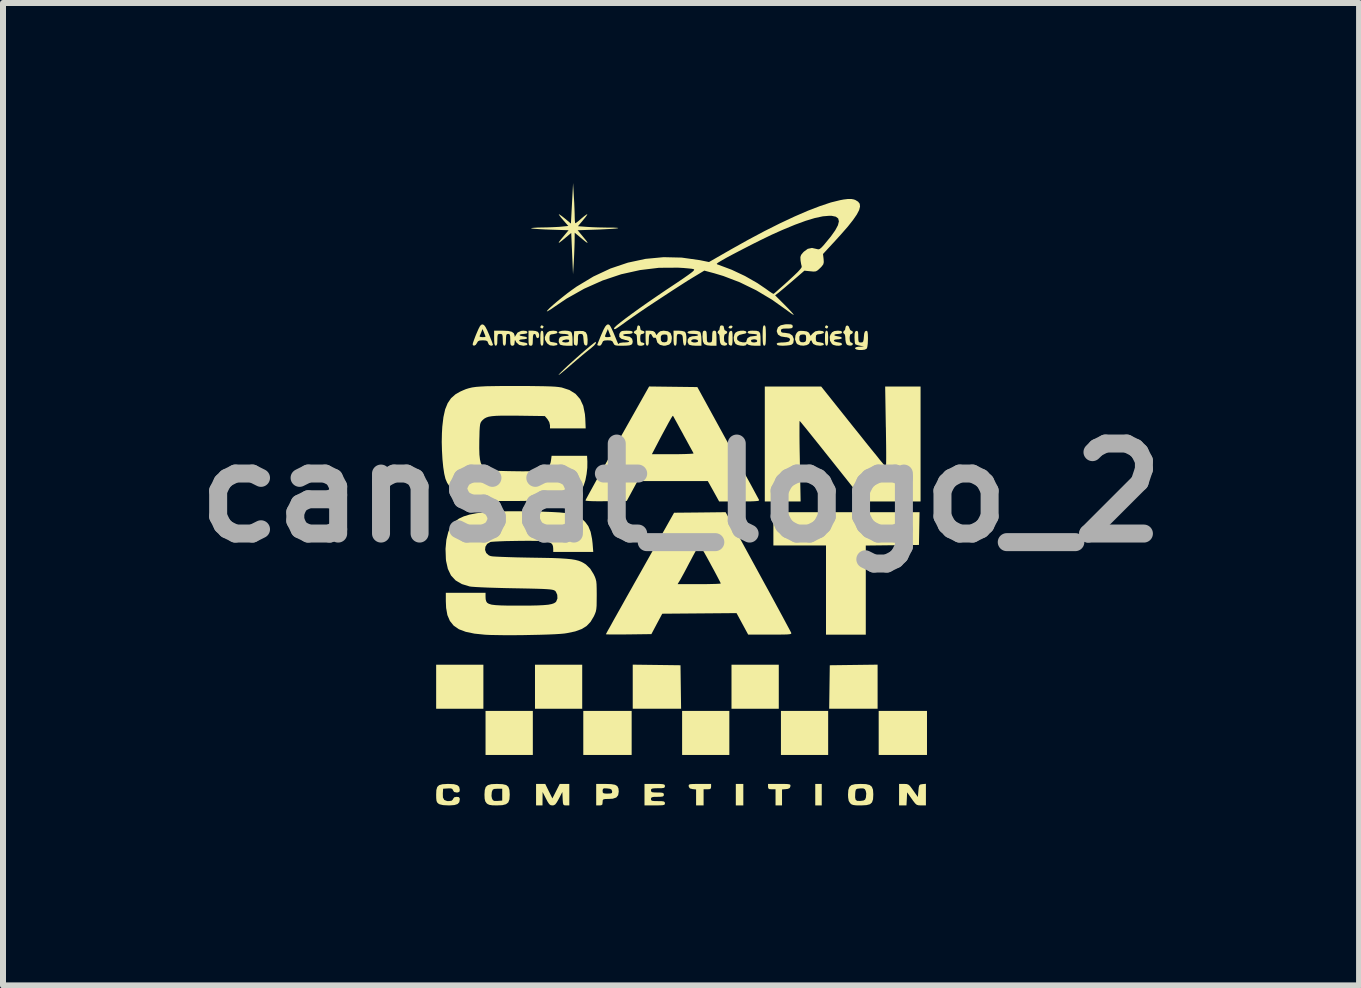
<source format=kicad_pcb>
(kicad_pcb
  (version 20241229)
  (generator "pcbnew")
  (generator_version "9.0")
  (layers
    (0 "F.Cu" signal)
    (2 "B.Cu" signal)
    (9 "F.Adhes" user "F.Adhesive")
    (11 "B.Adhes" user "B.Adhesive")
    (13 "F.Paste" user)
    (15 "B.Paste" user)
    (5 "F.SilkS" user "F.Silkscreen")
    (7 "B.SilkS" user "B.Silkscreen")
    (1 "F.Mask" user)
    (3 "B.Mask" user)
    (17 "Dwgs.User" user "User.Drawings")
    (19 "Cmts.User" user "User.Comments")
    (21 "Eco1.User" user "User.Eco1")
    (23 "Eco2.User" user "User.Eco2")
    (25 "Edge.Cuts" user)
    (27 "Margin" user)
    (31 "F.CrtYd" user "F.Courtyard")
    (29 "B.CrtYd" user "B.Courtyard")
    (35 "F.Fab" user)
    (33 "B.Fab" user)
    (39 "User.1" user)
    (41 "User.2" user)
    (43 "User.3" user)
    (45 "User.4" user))
  (footprint "cansat_logo_2"
    (layer "F.Cu")
    (at 8.3 5.164)
    (property "Reference" "cansat_logo_2" (at 0 0 0) (layer "F.Fab") (effects (font (size 1.5 1.5) (thickness 0.3))))
    (attr board_only exclude_from_pos_files exclude_from_bom)
    (fp_poly (pts (xy -3.294 3.231) (xy -3.294 3.598) (xy -3.687 3.598) (xy -4.081 3.598) (xy -4.081 3.231) (xy -4.081 2.864) (xy -3.687 2.864) (xy -3.294 2.864)) (stroke (width 0) (type solid)) (fill yes) (layer "F.SilkS"))
    (fp_poly (pts (xy -2.47 4.001) (xy -2.47 4.368) (xy -2.864 4.368) (xy -3.258 4.368) (xy -3.258 4.001) (xy -3.258 3.634) (xy -2.864 3.634) (xy -2.47 3.634)) (stroke (width 0) (type solid)) (fill yes) (layer "F.SilkS"))
    (fp_poly (pts (xy -2.294 -2.778) (xy -2.291 -2.766) (xy -2.306 -2.742) (xy -2.318 -2.739) (xy -2.342 -2.753) (xy -2.345 -2.766) (xy -2.331 -2.789) (xy -2.318 -2.792)) (stroke (width 0) (type solid)) (fill yes) (layer "F.SilkS"))
    (fp_poly (pts (xy -1.647 3.231) (xy -1.647 3.598) (xy -2.041 3.598) (xy -2.434 3.598) (xy -2.434 3.231) (xy -2.434 2.864) (xy -2.041 2.864) (xy -1.647 2.864)) (stroke (width 0) (type solid)) (fill yes) (layer "F.SilkS"))
    (fp_poly (pts (xy -0.823 4.001) (xy -0.823 4.368) (xy -1.226 4.368) (xy -1.629 4.368) (xy -1.629 4.001) (xy -1.629 3.634) (xy -1.226 3.634) (xy -0.823 3.634)) (stroke (width 0) (type solid)) (fill yes) (layer "F.SilkS"))
    (fp_poly (pts (xy -0.407 2.868) (xy -0.009 2.873) (xy -0.004 3.235) (xy 0.001 3.598) (xy -0.402 3.598) (xy -0.805 3.598) (xy -0.805 3.231) (xy -0.805 2.863)) (stroke (width 0) (type solid)) (fill yes) (layer "F.SilkS"))
    (fp_poly (pts (xy 0.805 4.001) (xy 0.805 4.368) (xy 0.412 4.368) (xy 0.018 4.368) (xy 0.018 4.001) (xy 0.018 3.634) (xy 0.412 3.634) (xy 0.805 3.634)) (stroke (width 0) (type solid)) (fill yes) (layer "F.SilkS"))
    (fp_poly (pts (xy 0.857 -2.776) (xy 0.859 -2.767) (xy 0.844 -2.744) (xy 0.822 -2.739) (xy 0.795 -2.747) (xy 0.792 -2.761) (xy 0.811 -2.783) (xy 0.838 -2.789)) (stroke (width 0) (type solid)) (fill yes) (layer "F.SilkS"))
    (fp_poly (pts (xy 1.038 5.03) (xy 1.038 5.209) (xy 0.976 5.209) (xy 0.913 5.209) (xy 0.913 5.03) (xy 0.913 4.851) (xy 0.976 4.851) (xy 1.038 4.851)) (stroke (width 0) (type solid)) (fill yes) (layer "F.SilkS"))
    (fp_poly (pts (xy 1.629 3.231) (xy 1.629 3.598) (xy 1.235 3.598) (xy 0.841 3.598) (xy 0.841 3.231) (xy 0.841 2.864) (xy 1.235 2.864) (xy 1.629 2.864)) (stroke (width 0) (type solid)) (fill yes) (layer "F.SilkS"))
    (fp_poly (pts (xy 2.345 5.03) (xy 2.345 5.209) (xy 2.291 5.209) (xy 2.237 5.209) (xy 2.237 5.03) (xy 2.237 4.851) (xy 2.291 4.851) (xy 2.345 4.851)) (stroke (width 0) (type solid)) (fill yes) (layer "F.SilkS"))
    (fp_poly (pts (xy 2.449 -2.778) (xy 2.452 -2.766) (xy 2.438 -2.742) (xy 2.425 -2.739) (xy 2.402 -2.753) (xy 2.399 -2.766) (xy 2.413 -2.789) (xy 2.425 -2.792)) (stroke (width 0) (type solid)) (fill yes) (layer "F.SilkS"))
    (fp_poly (pts (xy 2.452 4.001) (xy 2.452 4.368) (xy 2.058 4.368) (xy 1.665 4.368) (xy 1.665 4.001) (xy 1.665 3.634) (xy 2.058 3.634) (xy 2.452 3.634)) (stroke (width 0) (type solid)) (fill yes) (layer "F.SilkS"))
    (fp_poly (pts (xy 3.276 3.231) (xy 3.276 3.598) (xy 2.873 3.598) (xy 2.469 3.598) (xy 2.474 3.235) (xy 2.479 2.873) (xy 2.877 2.868) (xy 3.276 2.863)) (stroke (width 0) (type solid)) (fill yes) (layer "F.SilkS"))
    (fp_poly (pts (xy 4.099 4.001) (xy 4.099 4.368) (xy 3.696 4.368) (xy 3.294 4.368) (xy 3.294 4.001) (xy 3.294 3.634) (xy 3.696 3.634) (xy 4.099 3.634)) (stroke (width 0) (type solid)) (fill yes) (layer "F.SilkS"))
    (fp_poly (pts (xy -2.303 -2.696) (xy -2.295 -2.669) (xy -2.292 -2.617) (xy -2.291 -2.578) (xy -2.293 -2.51) (xy -2.298 -2.471) (xy -2.31 -2.454) (xy -2.318 -2.452) (xy -2.333 -2.46) (xy -2.341 -2.486) (xy -2.344 -2.538) (xy -2.345 -2.578) (xy -2.343 -2.646) (xy -2.338 -2.685) (xy -2.326 -2.701) (xy -2.318 -2.703)) (stroke (width 0) (type solid)) (fill yes) (layer "F.SilkS"))
    (fp_poly (pts (xy 2.44 -2.696) (xy 2.448 -2.669) (xy 2.452 -2.617) (xy 2.452 -2.578) (xy 2.451 -2.51) (xy 2.445 -2.471) (xy 2.434 -2.454) (xy 2.425 -2.452) (xy 2.411 -2.46) (xy 2.403 -2.486) (xy 2.399 -2.538) (xy 2.399 -2.578) (xy 2.4 -2.646) (xy 2.406 -2.685) (xy 2.417 -2.701) (xy 2.425 -2.703)) (stroke (width 0) (type solid)) (fill yes) (layer "F.SilkS"))
    (fp_poly (pts (xy 3.97 0.595) (xy 3.965 0.868) (xy 3.522 0.873) (xy 3.079 0.878) (xy 3.079 1.62) (xy 3.079 2.363) (xy 2.748 2.363) (xy 2.416 2.363) (xy 2.416 1.62) (xy 2.416 0.877) (xy 1.978 0.877) (xy 1.539 0.877) (xy 1.539 0.6) (xy 1.539 0.322) (xy 2.757 0.322) (xy 3.975 0.322)) (stroke (width 0) (type solid)) (fill yes) (layer "F.SilkS"))
    (fp_poly (pts (xy 0.844 -2.699) (xy 0.854 -2.683) (xy 0.858 -2.646) (xy 0.859 -2.58) (xy 0.859 -2.579) (xy 0.858 -2.511) (xy 0.852 -2.472) (xy 0.841 -2.455) (xy 0.832 -2.452) (xy 0.802 -2.466) (xy 0.795 -2.477) (xy 0.791 -2.508) (xy 0.79 -2.56) (xy 0.791 -2.597) (xy 0.797 -2.657) (xy 0.809 -2.688) (xy 0.828 -2.7)) (stroke (width 0) (type solid)) (fill yes) (layer "F.SilkS"))
    (fp_poly (pts (xy 1.4 -2.786) (xy 1.408 -2.764) (xy 1.412 -2.72) (xy 1.414 -2.647) (xy 1.414 -2.622) (xy 1.413 -2.541) (xy 1.41 -2.49) (xy 1.403 -2.462) (xy 1.391 -2.453) (xy 1.387 -2.452) (xy 1.374 -2.458) (xy 1.366 -2.481) (xy 1.362 -2.525) (xy 1.36 -2.598) (xy 1.36 -2.622) (xy 1.361 -2.703) (xy 1.365 -2.755) (xy 1.372 -2.782) (xy 1.383 -2.792) (xy 1.387 -2.792)) (stroke (width 0) (type solid)) (fill yes) (layer "F.SilkS"))
    (fp_poly (pts (xy 0.501 4.896) (xy 0.497 4.926) (xy 0.475 4.938) (xy 0.439 4.94) (xy 0.376 4.94) (xy 0.376 5.075) (xy 0.376 5.209) (xy 0.313 5.209) (xy 0.251 5.209) (xy 0.251 5.076) (xy 0.251 4.943) (xy 0.192 4.937) (xy 0.149 4.926) (xy 0.13 4.901) (xy 0.129 4.891) (xy 0.127 4.873) (xy 0.134 4.862) (xy 0.155 4.855) (xy 0.196 4.852) (xy 0.263 4.851) (xy 0.312 4.851) (xy 0.501 4.851)) (stroke (width 0) (type solid)) (fill yes) (layer "F.SilkS"))
    (fp_poly (pts (xy 1.723 4.851) (xy 1.777 4.853) (xy 1.808 4.858) (xy 1.822 4.866) (xy 1.824 4.881) (xy 1.823 4.891) (xy 1.811 4.919) (xy 1.781 4.933) (xy 1.75 4.937) (xy 1.683 4.943) (xy 1.683 5.076) (xy 1.683 5.209) (xy 1.629 5.209) (xy 1.575 5.209) (xy 1.575 5.075) (xy 1.575 4.94) (xy 1.513 4.94) (xy 1.47 4.937) (xy 1.453 4.922) (xy 1.45 4.896) (xy 1.45 4.851) (xy 1.639 4.851)) (stroke (width 0) (type solid)) (fill yes) (layer "F.SilkS"))
    (fp_poly (pts (xy -2.424 -2.698) (xy -2.388 -2.684) (xy -2.384 -2.681) (xy -2.366 -2.649) (xy -2.364 -2.611) (xy -2.375 -2.583) (xy -2.39 -2.578) (xy -2.412 -2.593) (xy -2.416 -2.613) (xy -2.428 -2.643) (xy -2.443 -2.649) (xy -2.46 -2.64) (xy -2.468 -2.609) (xy -2.47 -2.551) (xy -2.472 -2.494) (xy -2.478 -2.464) (xy -2.493 -2.453) (xy -2.506 -2.452) (xy -2.525 -2.456) (xy -2.536 -2.471) (xy -2.541 -2.506) (xy -2.542 -2.568) (xy -2.542 -2.578) (xy -2.542 -2.703) (xy -2.474 -2.703)) (stroke (width 0) (type solid)) (fill yes) (layer "F.SilkS"))
    (fp_poly (pts (xy -1.42 -2.494) (xy -1.45 -2.455) (xy -1.51 -2.403) (xy -1.527 -2.39) (xy -1.577 -2.35) (xy -1.645 -2.294) (xy -1.722 -2.229) (xy -1.8 -2.162) (xy -1.806 -2.157) (xy -1.899 -2.076) (xy -1.97 -2.017) (xy -2.017 -1.979) (xy -2.041 -1.964) (xy -2.039 -1.97) (xy -2.012 -2) (xy -1.958 -2.053) (xy -1.951 -2.06) (xy -1.89 -2.118) (xy -1.818 -2.183) (xy -1.741 -2.252) (xy -1.663 -2.321) (xy -1.589 -2.385) (xy -1.522 -2.441) (xy -1.469 -2.484) (xy -1.433 -2.511) (xy -1.42 -2.518)) (stroke (width 0) (type solid)) (fill yes) (layer "F.SilkS"))
    (fp_poly (pts (xy -2.077 -2.697) (xy -2.059 -2.68) (xy -2.058 -2.677) (xy -2.076 -2.657) (xy -2.125 -2.646) (xy -2.126 -2.646) (xy -2.17 -2.64) (xy -2.188 -2.624) (xy -2.193 -2.587) (xy -2.193 -2.578) (xy -2.19 -2.536) (xy -2.175 -2.517) (xy -2.136 -2.51) (xy -2.126 -2.509) (xy -2.074 -2.498) (xy -2.056 -2.48) (xy -2.069 -2.462) (xy -2.115 -2.453) (xy -2.129 -2.452) (xy -2.185 -2.459) (xy -2.224 -2.485) (xy -2.236 -2.499) (xy -2.267 -2.55) (xy -2.27 -2.595) (xy -2.253 -2.637) (xy -2.225 -2.677) (xy -2.189 -2.697) (xy -2.132 -2.703) (xy -2.126 -2.703)) (stroke (width 0) (type solid)) (fill yes) (layer "F.SilkS"))
    (fp_poly (pts (xy 4.081 5.029) (xy 4.081 5.209) (xy 4.001 5.209) (xy 3.959 5.207) (xy 3.929 5.199) (xy 3.902 5.176) (xy 3.869 5.134) (xy 3.845 5.1) (xy 3.768 4.991) (xy 3.763 5.1) (xy 3.757 5.209) (xy 3.695 5.209) (xy 3.634 5.209) (xy 3.634 5.03) (xy 3.634 4.851) (xy 3.714 4.851) (xy 3.756 4.852) (xy 3.786 4.861) (xy 3.813 4.883) (xy 3.846 4.926) (xy 3.87 4.96) (xy 3.947 5.069) (xy 3.956 4.964) (xy 3.962 4.906) (xy 3.971 4.874) (xy 3.988 4.86) (xy 4.018 4.855) (xy 4.023 4.854) (xy 4.081 4.849)) (stroke (width 0) (type solid)) (fill yes) (layer "F.SilkS"))
    (fp_poly (pts (xy -1.63 -2.697) (xy -1.587 -2.676) (xy -1.565 -2.632) (xy -1.557 -2.559) (xy -1.557 -2.548) (xy -1.559 -2.491) (xy -1.565 -2.463) (xy -1.579 -2.455) (xy -1.589 -2.456) (xy -1.609 -2.468) (xy -1.62 -2.501) (xy -1.625 -2.555) (xy -1.63 -2.61) (xy -1.639 -2.638) (xy -1.657 -2.648) (xy -1.675 -2.649) (xy -1.7 -2.647) (xy -1.713 -2.633) (xy -1.718 -2.599) (xy -1.718 -2.551) (xy -1.721 -2.492) (xy -1.729 -2.461) (xy -1.745 -2.452) (xy -1.746 -2.452) (xy -1.776 -2.466) (xy -1.783 -2.477) (xy -1.787 -2.508) (xy -1.788 -2.56) (xy -1.787 -2.598) (xy -1.781 -2.694) (xy -1.698 -2.699)) (stroke (width 0) (type solid)) (fill yes) (layer "F.SilkS"))
    (fp_poly (pts (xy 0.016 -2.699) (xy 0.057 -2.688) (xy 0.068 -2.681) (xy 0.082 -2.652) (xy 0.089 -2.604) (xy 0.09 -2.549) (xy 0.085 -2.498) (xy 0.075 -2.462) (xy 0.064 -2.452) (xy 0.046 -2.464) (xy 0.036 -2.504) (xy 0.032 -2.546) (xy 0.028 -2.601) (xy 0.018 -2.63) (xy -0.001 -2.642) (xy -0.022 -2.646) (xy -0.05 -2.647) (xy -0.065 -2.638) (xy -0.071 -2.61) (xy -0.072 -2.554) (xy -0.072 -2.552) (xy -0.074 -2.492) (xy -0.082 -2.461) (xy -0.098 -2.452) (xy -0.098 -2.452) (xy -0.113 -2.46) (xy -0.121 -2.486) (xy -0.125 -2.538) (xy -0.125 -2.578) (xy -0.125 -2.703) (xy -0.039 -2.703)) (stroke (width 0) (type solid)) (fill yes) (layer "F.SilkS"))
    (fp_poly (pts (xy -2.204 4.972) (xy -2.144 5.092) (xy -2.083 4.972) (xy -2.022 4.851) (xy -1.942 4.851) (xy -1.862 4.851) (xy -1.862 5.03) (xy -1.862 5.209) (xy -1.914 5.209) (xy -1.943 5.207) (xy -1.96 5.197) (xy -1.968 5.17) (xy -1.972 5.118) (xy -1.973 5.097) (xy -1.978 4.985) (xy -2.036 5.097) (xy -2.07 5.157) (xy -2.095 5.191) (xy -2.12 5.206) (xy -2.144 5.209) (xy -2.173 5.205) (xy -2.197 5.187) (xy -2.222 5.15) (xy -2.25 5.097) (xy -2.307 4.985) (xy -2.308 5.097) (xy -2.309 5.209) (xy -2.363 5.209) (xy -2.416 5.209) (xy -2.416 5.03) (xy -2.416 4.851) (xy -2.34 4.851) (xy -2.263 4.851)) (stroke (width 0) (type solid)) (fill yes) (layer "F.SilkS"))
    (fp_poly (pts (xy 0.574 -2.7) (xy 0.584 -2.684) (xy 0.589 -2.65) (xy 0.591 -2.588) (xy 0.591 -2.578) (xy 0.591 -2.452) (xy 0.502 -2.452) (xy 0.432 -2.459) (xy 0.388 -2.479) (xy 0.386 -2.48) (xy 0.365 -2.524) (xy 0.358 -2.6) (xy 0.358 -2.606) (xy 0.36 -2.662) (xy 0.366 -2.691) (xy 0.382 -2.702) (xy 0.394 -2.703) (xy 0.414 -2.699) (xy 0.425 -2.68) (xy 0.429 -2.639) (xy 0.43 -2.604) (xy 0.431 -2.548) (xy 0.437 -2.519) (xy 0.452 -2.508) (xy 0.474 -2.506) (xy 0.5 -2.509) (xy 0.513 -2.522) (xy 0.518 -2.555) (xy 0.519 -2.604) (xy 0.521 -2.661) (xy 0.527 -2.691) (xy 0.542 -2.702) (xy 0.555 -2.703)) (stroke (width 0) (type solid)) (fill yes) (layer "F.SilkS"))
    (fp_poly (pts (xy -0.685 -2.777) (xy -0.68 -2.748) (xy -0.672 -2.713) (xy -0.644 -2.703) (xy -0.615 -2.692) (xy -0.609 -2.676) (xy -0.624 -2.654) (xy -0.644 -2.649) (xy -0.668 -2.643) (xy -0.678 -2.619) (xy -0.68 -2.578) (xy -0.677 -2.531) (xy -0.665 -2.51) (xy -0.644 -2.506) (xy -0.615 -2.495) (xy -0.609 -2.479) (xy -0.624 -2.461) (xy -0.658 -2.452) (xy -0.697 -2.453) (xy -0.722 -2.464) (xy -0.729 -2.488) (xy -0.733 -2.534) (xy -0.734 -2.563) (xy -0.737 -2.618) (xy -0.748 -2.644) (xy -0.761 -2.649) (xy -0.784 -2.664) (xy -0.788 -2.676) (xy -0.773 -2.7) (xy -0.761 -2.703) (xy -0.739 -2.718) (xy -0.734 -2.748) (xy -0.725 -2.784) (xy -0.707 -2.792)) (stroke (width 0) (type solid)) (fill yes) (layer "F.SilkS"))
    (fp_poly (pts (xy 0.708 -2.782) (xy 0.716 -2.748) (xy 0.725 -2.712) (xy 0.743 -2.703) (xy 0.767 -2.689) (xy 0.77 -2.676) (xy 0.755 -2.652) (xy 0.743 -2.649) (xy 0.724 -2.637) (xy 0.716 -2.598) (xy 0.716 -2.578) (xy 0.72 -2.528) (xy 0.735 -2.507) (xy 0.743 -2.506) (xy 0.767 -2.492) (xy 0.77 -2.479) (xy 0.755 -2.459) (xy 0.722 -2.453) (xy 0.685 -2.461) (xy 0.666 -2.474) (xy 0.652 -2.504) (xy 0.645 -2.554) (xy 0.644 -2.572) (xy 0.641 -2.619) (xy 0.631 -2.646) (xy 0.626 -2.649) (xy 0.611 -2.664) (xy 0.609 -2.676) (xy 0.618 -2.7) (xy 0.626 -2.703) (xy 0.64 -2.718) (xy 0.644 -2.748) (xy 0.653 -2.783) (xy 0.68 -2.792)) (stroke (width 0) (type solid)) (fill yes) (layer "F.SilkS"))
    (fp_poly (pts (xy 2.795 -2.774) (xy 2.807 -2.743) (xy 2.821 -2.712) (xy 2.838 -2.703) (xy 2.861 -2.689) (xy 2.864 -2.676) (xy 2.85 -2.652) (xy 2.837 -2.649) (xy 2.818 -2.637) (xy 2.811 -2.598) (xy 2.81 -2.578) (xy 2.815 -2.528) (xy 2.829 -2.507) (xy 2.837 -2.506) (xy 2.861 -2.492) (xy 2.864 -2.479) (xy 2.85 -2.459) (xy 2.817 -2.453) (xy 2.779 -2.461) (xy 2.76 -2.474) (xy 2.747 -2.504) (xy 2.739 -2.554) (xy 2.739 -2.572) (xy 2.735 -2.619) (xy 2.726 -2.646) (xy 2.721 -2.649) (xy 2.705 -2.664) (xy 2.703 -2.676) (xy 2.713 -2.7) (xy 2.721 -2.703) (xy 2.734 -2.718) (xy 2.739 -2.749) (xy 2.749 -2.782) (xy 2.772 -2.79)) (stroke (width 0) (type solid)) (fill yes) (layer "F.SilkS"))
    (fp_poly (pts (xy 2.666 -2.698) (xy 2.684 -2.682) (xy 2.685 -2.676) (xy 2.671 -2.656) (xy 2.627 -2.649) (xy 2.623 -2.649) (xy 2.574 -2.644) (xy 2.553 -2.633) (xy 2.562 -2.62) (xy 2.604 -2.61) (xy 2.607 -2.61) (xy 2.659 -2.6) (xy 2.681 -2.584) (xy 2.671 -2.569) (xy 2.63 -2.56) (xy 2.613 -2.56) (xy 2.563 -2.554) (xy 2.545 -2.54) (xy 2.559 -2.523) (xy 2.603 -2.511) (xy 2.619 -2.509) (xy 2.668 -2.499) (xy 2.685 -2.478) (xy 2.67 -2.46) (xy 2.633 -2.452) (xy 2.586 -2.454) (xy 2.541 -2.465) (xy 2.516 -2.48) (xy 2.483 -2.536) (xy 2.478 -2.599) (xy 2.489 -2.634) (xy 2.517 -2.676) (xy 2.553 -2.696) (xy 2.608 -2.703) (xy 2.618 -2.703)) (stroke (width 0) (type solid)) (fill yes) (layer "F.SilkS"))
    (fp_poly (pts (xy -1.163 4.854) (xy -1.1 4.865) (xy -1.062 4.888) (xy -1.043 4.926) (xy -1.038 4.979) (xy -1.048 5.039) (xy -1.079 5.077) (xy -1.137 5.097) (xy -1.205 5.101) (xy -1.263 5.102) (xy -1.293 5.108) (xy -1.305 5.123) (xy -1.307 5.151) (xy -1.307 5.155) (xy -1.311 5.193) (xy -1.332 5.207) (xy -1.36 5.209) (xy -1.414 5.209) (xy -1.414 5.03) (xy -1.414 4.966) (xy -1.307 4.966) (xy -1.304 4.994) (xy -1.288 5.008) (xy -1.25 5.012) (xy -1.225 5.012) (xy -1.175 5.01) (xy -1.152 5.002) (xy -1.148 4.983) (xy -1.149 4.972) (xy -1.159 4.945) (xy -1.185 4.932) (xy -1.231 4.926) (xy -1.278 4.924) (xy -1.3 4.932) (xy -1.306 4.954) (xy -1.307 4.966) (xy -1.414 4.966) (xy -1.414 4.851) (xy -1.256 4.851)) (stroke (width 0) (type solid)) (fill yes) (layer "F.SilkS"))
    (fp_poly (pts (xy -2.974 4.855) (xy -2.914 4.869) (xy -2.878 4.899) (xy -2.86 4.95) (xy -2.855 5.027) (xy -2.855 5.033) (xy -2.86 5.108) (xy -2.879 5.159) (xy -2.917 5.189) (xy -2.979 5.205) (xy -3.071 5.209) (xy -3.072 5.209) (xy -3.145 5.207) (xy -3.193 5.2) (xy -3.224 5.186) (xy -3.24 5.173) (xy -3.262 5.142) (xy -3.273 5.097) (xy -3.275 5.051) (xy -3.159 5.051) (xy -3.151 5.092) (xy -3.135 5.122) (xy -3.111 5.134) (xy -3.065 5.134) (xy -3.056 5.134) (xy -2.98 5.128) (xy -2.98 5.03) (xy -2.98 4.931) (xy -3.06 4.931) (xy -3.11 4.934) (xy -3.136 4.945) (xy -3.149 4.972) (xy -3.154 4.988) (xy -3.159 5.051) (xy -3.275 5.051) (xy -3.276 5.03) (xy -3.271 4.953) (xy -3.255 4.902) (xy -3.22 4.871) (xy -3.162 4.855) (xy -3.075 4.851) (xy -3.064 4.851)) (stroke (width 0) (type solid)) (fill yes) (layer "F.SilkS"))
    (fp_poly (pts (xy 0.266 -2.7) (xy 0.306 -2.689) (xy 0.319 -2.681) (xy 0.33 -2.653) (xy 0.338 -2.601) (xy 0.34 -2.556) (xy 0.34 -2.452) (xy 0.245 -2.452) (xy 0.187 -2.456) (xy 0.143 -2.466) (xy 0.129 -2.474) (xy 0.109 -2.514) (xy 0.11 -2.521) (xy 0.171 -2.521) (xy 0.203 -2.508) (xy 0.236 -2.506) (xy 0.276 -2.514) (xy 0.286 -2.533) (xy 0.271 -2.551) (xy 0.237 -2.56) (xy 0.199 -2.559) (xy 0.173 -2.546) (xy 0.172 -2.544) (xy 0.171 -2.521) (xy 0.11 -2.521) (xy 0.113 -2.56) (xy 0.139 -2.593) (xy 0.142 -2.595) (xy 0.185 -2.609) (xy 0.232 -2.613) (xy 0.27 -2.618) (xy 0.286 -2.631) (xy 0.286 -2.631) (xy 0.27 -2.642) (xy 0.229 -2.648) (xy 0.197 -2.649) (xy 0.141 -2.652) (xy 0.113 -2.662) (xy 0.107 -2.676) (xy 0.123 -2.691) (xy 0.163 -2.701) (xy 0.214 -2.704)) (stroke (width 0) (type solid)) (fill yes) (layer "F.SilkS"))
    (fp_poly (pts (xy -1.882 -2.7) (xy -1.842 -2.689) (xy -1.829 -2.681) (xy -1.818 -2.653) (xy -1.81 -2.601) (xy -1.808 -2.556) (xy -1.808 -2.452) (xy -1.903 -2.452) (xy -1.961 -2.456) (xy -2.005 -2.466) (xy -2.019 -2.474) (xy -2.038 -2.515) (xy -2.038 -2.528) (xy -1.983 -2.528) (xy -1.971 -2.513) (xy -1.927 -2.506) (xy -1.926 -2.506) (xy -1.88 -2.511) (xy -1.862 -2.528) (xy -1.862 -2.534) (xy -1.872 -2.553) (xy -1.908 -2.557) (xy -1.918 -2.556) (xy -1.965 -2.545) (xy -1.983 -2.528) (xy -2.038 -2.528) (xy -2.035 -2.563) (xy -2.019 -2.592) (xy -1.988 -2.606) (xy -1.939 -2.613) (xy -1.929 -2.613) (xy -1.885 -2.617) (xy -1.869 -2.628) (xy -1.871 -2.631) (xy -1.894 -2.642) (xy -1.939 -2.649) (xy -1.961 -2.649) (xy -2.014 -2.653) (xy -2.038 -2.665) (xy -2.041 -2.676) (xy -2.025 -2.691) (xy -1.985 -2.701) (xy -1.934 -2.704)) (stroke (width 0) (type solid)) (fill yes) (layer "F.SilkS"))
    (fp_poly (pts (xy 3.099 -2.699) (xy 3.108 -2.684) (xy 3.113 -2.649) (xy 3.115 -2.587) (xy 3.115 -2.565) (xy 3.112 -2.485) (xy 3.104 -2.429) (xy 3.093 -2.402) (xy 3.062 -2.387) (xy 3.016 -2.381) (xy 2.965 -2.381) (xy 2.923 -2.389) (xy 2.901 -2.403) (xy 2.9 -2.408) (xy 2.912 -2.426) (xy 2.952 -2.435) (xy 2.976 -2.436) (xy 3.052 -2.439) (xy 2.985 -2.452) (xy 2.938 -2.463) (xy 2.907 -2.475) (xy 2.904 -2.477) (xy 2.897 -2.501) (xy 2.893 -2.549) (xy 2.891 -2.592) (xy 2.893 -2.652) (xy 2.901 -2.684) (xy 2.917 -2.698) (xy 2.922 -2.699) (xy 2.94 -2.698) (xy 2.95 -2.68) (xy 2.953 -2.637) (xy 2.953 -2.606) (xy 2.955 -2.549) (xy 2.961 -2.519) (xy 2.975 -2.508) (xy 2.997 -2.506) (xy 3.023 -2.509) (xy 3.037 -2.525) (xy 3.044 -2.562) (xy 3.047 -2.6) (xy 3.053 -2.658) (xy 3.065 -2.689) (xy 3.083 -2.7)) (stroke (width 0) (type solid)) (fill yes) (layer "F.SilkS"))
    (fp_poly (pts (xy -3.786 4.855) (xy -3.729 4.871) (xy -3.698 4.899) (xy -3.688 4.944) (xy -3.687 4.951) (xy -3.694 4.982) (xy -3.72 4.993) (xy -3.739 4.994) (xy -3.782 4.985) (xy -3.8 4.957) (xy -3.812 4.934) (xy -3.838 4.925) (xy -3.887 4.926) (xy -3.965 4.931) (xy -3.97 5.009) (xy -3.968 5.077) (xy -3.945 5.118) (xy -3.899 5.136) (xy -3.871 5.137) (xy -3.825 5.131) (xy -3.803 5.111) (xy -3.8 5.101) (xy -3.779 5.073) (xy -3.739 5.066) (xy -3.702 5.071) (xy -3.688 5.093) (xy -3.687 5.109) (xy -3.696 5.156) (xy -3.724 5.186) (xy -3.777 5.203) (xy -3.86 5.209) (xy -3.873 5.209) (xy -3.965 5.204) (xy -4.025 5.19) (xy -4.041 5.181) (xy -4.063 5.161) (xy -4.075 5.134) (xy -4.08 5.088) (xy -4.081 5.03) (xy -4.078 4.953) (xy -4.063 4.902) (xy -4.031 4.871) (xy -3.976 4.856) (xy -3.893 4.851) (xy -3.873 4.851)) (stroke (width 0) (type solid)) (fill yes) (layer "F.SilkS"))
    (fp_poly (pts (xy -0.36 4.851) (xy -0.31 4.854) (xy -0.282 4.86) (xy -0.271 4.871) (xy -0.268 4.887) (xy -0.272 4.906) (xy -0.288 4.917) (xy -0.325 4.922) (xy -0.385 4.922) (xy -0.448 4.924) (xy -0.483 4.929) (xy -0.498 4.94) (xy -0.501 4.958) (xy -0.497 4.978) (xy -0.48 4.989) (xy -0.441 4.993) (xy -0.394 4.994) (xy -0.334 4.995) (xy -0.301 5.001) (xy -0.288 5.014) (xy -0.286 5.03) (xy -0.29 5.05) (xy -0.308 5.061) (xy -0.346 5.065) (xy -0.394 5.066) (xy -0.454 5.067) (xy -0.486 5.073) (xy -0.499 5.086) (xy -0.501 5.101) (xy -0.498 5.121) (xy -0.481 5.132) (xy -0.445 5.136) (xy -0.385 5.137) (xy -0.322 5.138) (xy -0.287 5.143) (xy -0.272 5.155) (xy -0.268 5.173) (xy -0.271 5.19) (xy -0.283 5.2) (xy -0.312 5.206) (xy -0.363 5.208) (xy -0.439 5.209) (xy -0.609 5.209) (xy -0.609 5.03) (xy -0.609 4.851) (xy -0.439 4.851)) (stroke (width 0) (type solid)) (fill yes) (layer "F.SilkS"))
    (fp_poly (pts (xy 1.829 -2.808) (xy 1.854 -2.799) (xy 1.861 -2.78) (xy 1.862 -2.774) (xy 1.857 -2.754) (xy 1.839 -2.743) (xy 1.798 -2.739) (xy 1.763 -2.739) (xy 1.706 -2.737) (xy 1.677 -2.73) (xy 1.666 -2.715) (xy 1.665 -2.703) (xy 1.671 -2.679) (xy 1.697 -2.669) (xy 1.732 -2.667) (xy 1.808 -2.655) (xy 1.857 -2.621) (xy 1.879 -2.566) (xy 1.879 -2.55) (xy 1.87 -2.496) (xy 1.845 -2.471) (xy 1.81 -2.461) (xy 1.756 -2.455) (xy 1.696 -2.452) (xy 1.643 -2.455) (xy 1.609 -2.462) (xy 1.605 -2.464) (xy 1.593 -2.486) (xy 1.613 -2.5) (xy 1.666 -2.506) (xy 1.688 -2.506) (xy 1.745 -2.51) (xy 1.789 -2.519) (xy 1.803 -2.526) (xy 1.818 -2.557) (xy 1.802 -2.581) (xy 1.759 -2.594) (xy 1.738 -2.595) (xy 1.665 -2.607) (xy 1.616 -2.638) (xy 1.596 -2.688) (xy 1.597 -2.709) (xy 1.615 -2.76) (xy 1.662 -2.793) (xy 1.737 -2.809) (xy 1.777 -2.81)) (stroke (width 0) (type solid)) (fill yes) (layer "F.SilkS"))
    (fp_poly (pts (xy 3.083 4.854) (xy 3.144 4.869) (xy 3.18 4.898) (xy 3.199 4.947) (xy 3.204 5.02) (xy 3.204 5.03) (xy 3.2 5.106) (xy 3.183 5.158) (xy 3.149 5.189) (xy 3.091 5.204) (xy 3.004 5.209) (xy 2.992 5.209) (xy 2.918 5.208) (xy 2.87 5.202) (xy 2.84 5.191) (xy 2.818 5.171) (xy 2.795 5.134) (xy 2.785 5.078) (xy 2.785 5.077) (xy 2.901 5.077) (xy 2.911 5.116) (xy 2.936 5.133) (xy 2.983 5.134) (xy 2.993 5.134) (xy 3.041 5.127) (xy 3.067 5.112) (xy 3.081 5.078) (xy 3.082 5.072) (xy 3.087 5.01) (xy 3.079 4.968) (xy 3.063 4.938) (xy 3.039 4.926) (xy 2.994 4.925) (xy 2.985 4.926) (xy 2.938 4.931) (xy 2.915 4.944) (xy 2.906 4.976) (xy 2.903 5.01) (xy 2.901 5.077) (xy 2.785 5.077) (xy 2.783 5.03) (xy 2.788 4.953) (xy 2.805 4.901) (xy 2.84 4.87) (xy 2.899 4.855) (xy 2.988 4.851) (xy 2.992 4.851)) (stroke (width 0) (type solid)) (fill yes) (layer "F.SilkS"))
    (fp_poly (pts (xy -3.305 -2.807) (xy -3.283 -2.796) (xy -3.26 -2.766) (xy -3.232 -2.713) (xy -3.2 -2.64) (xy -3.172 -2.57) (xy -3.149 -2.512) (xy -3.136 -2.475) (xy -3.133 -2.466) (xy -3.148 -2.455) (xy -3.168 -2.452) (xy -3.201 -2.468) (xy -3.215 -2.497) (xy -3.226 -2.525) (xy -3.25 -2.538) (xy -3.296 -2.542) (xy -3.305 -2.542) (xy -3.356 -2.539) (xy -3.384 -2.526) (xy -3.401 -2.498) (xy -3.401 -2.497) (xy -3.422 -2.466) (xy -3.448 -2.453) (xy -3.468 -2.46) (xy -3.473 -2.477) (xy -3.466 -2.504) (xy -3.448 -2.555) (xy -3.427 -2.611) (xy -3.358 -2.611) (xy -3.349 -2.6) (xy -3.316 -2.596) (xy -3.313 -2.595) (xy -3.274 -2.597) (xy -3.258 -2.602) (xy -3.258 -2.602) (xy -3.264 -2.622) (xy -3.28 -2.661) (xy -3.283 -2.67) (xy -3.309 -2.73) (xy -3.329 -2.678) (xy -3.346 -2.636) (xy -3.358 -2.611) (xy -3.427 -2.611) (xy -3.423 -2.621) (xy -3.408 -2.657) (xy -3.376 -2.731) (xy -3.352 -2.777) (xy -3.333 -2.8) (xy -3.314 -2.807)) (stroke (width 0) (type solid)) (fill yes) (layer "F.SilkS"))
    (fp_poly (pts (xy 3.992 -0.814) (xy 3.992 0.143) (xy 3.521 0.143) (xy 3.051 0.143) (xy 2.518 -0.528) (xy 2.411 -0.662) (xy 2.311 -0.788) (xy 2.22 -0.901) (xy 2.14 -1.001) (xy 2.074 -1.083) (xy 2.023 -1.145) (xy 1.99 -1.185) (xy 1.976 -1.199) (xy 1.976 -1.199) (xy 1.975 -1.182) (xy 1.974 -1.133) (xy 1.974 -1.056) (xy 1.974 -0.955) (xy 1.975 -0.833) (xy 1.977 -0.696) (xy 1.98 -0.546) (xy 1.98 -0.528) (xy 1.993 0.143) (xy 1.694 0.143) (xy 1.396 0.143) (xy 1.396 -0.814) (xy 1.396 -1.772) (xy 1.866 -1.772) (xy 2.336 -1.772) (xy 2.871 -1.101) (xy 2.979 -0.967) (xy 3.079 -0.841) (xy 3.17 -0.728) (xy 3.251 -0.629) (xy 3.317 -0.546) (xy 3.369 -0.484) (xy 3.402 -0.444) (xy 3.416 -0.43) (xy 3.416 -0.43) (xy 3.417 -0.447) (xy 3.418 -0.496) (xy 3.419 -0.573) (xy 3.419 -0.674) (xy 3.418 -0.796) (xy 3.416 -0.933) (xy 3.414 -1.083) (xy 3.413 -1.101) (xy 3.402 -1.772) (xy 3.697 -1.772) (xy 3.992 -1.772)) (stroke (width 0) (type solid)) (fill yes) (layer "F.SilkS"))
    (fp_poly (pts (xy -0.466 -2.697) (xy -0.436 -2.677) (xy -0.429 -2.665) (xy -0.409 -2.628) (xy -0.382 -2.665) (xy -0.346 -2.694) (xy -0.289 -2.703) (xy -0.218 -2.693) (xy -0.174 -2.663) (xy -0.155 -2.608) (xy -0.153 -2.578) (xy -0.163 -2.512) (xy -0.196 -2.472) (xy -0.256 -2.454) (xy -0.289 -2.452) (xy -0.352 -2.467) (xy -0.395 -2.505) (xy -0.412 -2.561) (xy -0.412 -2.563) (xy -0.422 -2.585) (xy -0.44 -2.584) (xy -0.466 -2.588) (xy -0.471 -2.599) (xy -0.337 -2.599) (xy -0.336 -2.542) (xy -0.314 -2.513) (xy -0.273 -2.509) (xy -0.24 -2.518) (xy -0.226 -2.541) (xy -0.224 -2.578) (xy -0.227 -2.62) (xy -0.242 -2.637) (xy -0.277 -2.64) (xy -0.318 -2.634) (xy -0.335 -2.61) (xy -0.337 -2.599) (xy -0.471 -2.599) (xy -0.478 -2.611) (xy -0.495 -2.641) (xy -0.512 -2.649) (xy -0.528 -2.638) (xy -0.535 -2.601) (xy -0.537 -2.551) (xy -0.539 -2.491) (xy -0.548 -2.461) (xy -0.564 -2.452) (xy -0.578 -2.46) (xy -0.587 -2.486) (xy -0.59 -2.538) (xy -0.591 -2.578) (xy -0.591 -2.703) (xy -0.52 -2.703)) (stroke (width 0) (type solid)) (fill yes) (layer "F.SilkS"))
    (fp_poly (pts (xy 2.361 -2.696) (xy 2.383 -2.68) (xy 2.374 -2.662) (xy 2.332 -2.648) (xy 2.314 -2.646) (xy 2.27 -2.64) (xy 2.251 -2.624) (xy 2.246 -2.587) (xy 2.246 -2.578) (xy 2.249 -2.536) (xy 2.265 -2.517) (xy 2.303 -2.51) (xy 2.314 -2.509) (xy 2.363 -2.498) (xy 2.383 -2.48) (xy 2.372 -2.462) (xy 2.329 -2.453) (xy 2.317 -2.452) (xy 2.251 -2.46) (xy 2.204 -2.481) (xy 2.184 -2.512) (xy 2.184 -2.516) (xy 2.174 -2.539) (xy 2.166 -2.542) (xy 2.15 -2.527) (xy 2.148 -2.516) (xy 2.133 -2.483) (xy 2.094 -2.462) (xy 2.042 -2.453) (xy 1.988 -2.457) (xy 1.943 -2.475) (xy 1.925 -2.492) (xy 1.9 -2.557) (xy 1.904 -2.599) (xy 1.972 -2.599) (xy 1.973 -2.542) (xy 1.995 -2.513) (xy 2.036 -2.509) (xy 2.07 -2.518) (xy 2.083 -2.541) (xy 2.085 -2.578) (xy 2.082 -2.62) (xy 2.067 -2.637) (xy 2.032 -2.64) (xy 1.991 -2.634) (xy 1.974 -2.61) (xy 1.972 -2.599) (xy 1.904 -2.599) (xy 1.907 -2.626) (xy 1.926 -2.664) (xy 1.95 -2.69) (xy 1.984 -2.7) (xy 2.037 -2.699) (xy 2.095 -2.691) (xy 2.127 -2.673) (xy 2.139 -2.656) (xy 2.158 -2.617) (xy 2.197 -2.66) (xy 2.238 -2.692) (xy 2.295 -2.703) (xy 2.308 -2.703)) (stroke (width 0) (type solid)) (fill yes) (layer "F.SilkS"))
    (fp_poly (pts (xy 1.258 -2.701) (xy 1.298 -2.689) (xy 1.318 -2.66) (xy 1.324 -2.607) (xy 1.325 -2.567) (xy 1.325 -2.452) (xy 1.23 -2.452) (xy 1.172 -2.456) (xy 1.128 -2.466) (xy 1.113 -2.474) (xy 1.096 -2.486) (xy 1.092 -2.474) (xy 1.077 -2.458) (xy 1.039 -2.451) (xy 0.991 -2.454) (xy 0.944 -2.464) (xy 0.91 -2.482) (xy 0.907 -2.485) (xy 0.883 -2.533) (xy 0.878 -2.592) (xy 0.891 -2.647) (xy 0.91 -2.673) (xy 0.945 -2.692) (xy 0.993 -2.702) (xy 1.042 -2.703) (xy 1.078 -2.694) (xy 1.092 -2.677) (xy 1.075 -2.656) (xy 1.027 -2.646) (xy 0.969 -2.631) (xy 0.937 -2.601) (xy 0.934 -2.563) (xy 0.942 -2.546) (xy 0.974 -2.522) (xy 1.026 -2.509) (xy 1.027 -2.509) (xy 1.07 -2.509) (xy 1.089 -2.52) (xy 1.091 -2.533) (xy 1.163 -2.533) (xy 1.18 -2.512) (xy 1.217 -2.506) (xy 1.26 -2.514) (xy 1.271 -2.533) (xy 1.255 -2.554) (xy 1.217 -2.56) (xy 1.175 -2.552) (xy 1.163 -2.533) (xy 1.091 -2.533) (xy 1.092 -2.54) (xy 1.108 -2.579) (xy 1.153 -2.605) (xy 1.216 -2.613) (xy 1.254 -2.618) (xy 1.271 -2.631) (xy 1.271 -2.631) (xy 1.255 -2.642) (xy 1.214 -2.648) (xy 1.19 -2.649) (xy 1.137 -2.653) (xy 1.113 -2.665) (xy 1.11 -2.676) (xy 1.121 -2.694) (xy 1.157 -2.702) (xy 1.189 -2.703)) (stroke (width 0) (type solid)) (fill yes) (layer "F.SilkS"))
    (fp_poly (pts (xy -0.13 -1.768) (xy 0.272 -1.763) (xy 0.782 -0.832) (xy 0.875 -0.664) (xy 0.962 -0.504) (xy 1.042 -0.357) (xy 1.115 -0.224) (xy 1.178 -0.109) (xy 1.229 -0.014) (xy 1.268 0.058) (xy 1.293 0.104) (xy 1.302 0.121) (xy 1.297 0.129) (xy 1.274 0.135) (xy 1.229 0.139) (xy 1.157 0.142) (xy 1.056 0.143) (xy 0.973 0.143) (xy 0.635 0.143) (xy 0.541 -0.027) (xy 0.446 -0.197) (xy -0.14 -0.197) (xy -0.725 -0.197) (xy -0.815 -0.031) (xy -0.904 0.134) (xy -1.249 0.139) (xy -1.365 0.14) (xy -1.461 0.139) (xy -1.534 0.136) (xy -1.58 0.132) (xy -1.593 0.127) (xy -1.585 0.109) (xy -1.56 0.063) (xy -1.521 -0.009) (xy -1.468 -0.105) (xy -1.405 -0.22) (xy -1.331 -0.353) (xy -1.248 -0.5) (xy -1.168 -0.644) (xy -0.486 -0.644) (xy -0.135 -0.644) (xy -0.027 -0.645) (xy 0.066 -0.647) (xy 0.14 -0.65) (xy 0.189 -0.653) (xy 0.209 -0.657) (xy 0.209 -0.658) (xy 0.199 -0.677) (xy 0.174 -0.723) (xy 0.137 -0.79) (xy 0.092 -0.873) (xy 0.04 -0.967) (xy 0.036 -0.976) (xy -0.016 -1.07) (xy -0.061 -1.153) (xy -0.098 -1.22) (xy -0.123 -1.265) (xy -0.134 -1.285) (xy -0.134 -1.285) (xy -0.145 -1.276) (xy -0.168 -1.239) (xy -0.206 -1.172) (xy -0.258 -1.076) (xy -0.326 -0.95) (xy -0.357 -0.891) (xy -0.486 -0.644) (xy -1.168 -0.644) (xy -1.159 -0.66) (xy -1.064 -0.828) (xy -1.063 -0.831) (xy -0.532 -1.773)) (stroke (width 0) (type solid)) (fill yes) (layer "F.SilkS"))
    (fp_poly (pts (xy 1.283 1.311) (xy 1.378 1.485) (xy 1.469 1.651) (xy 1.552 1.804) (xy 1.628 1.944) (xy 1.694 2.066) (xy 1.749 2.169) (xy 1.792 2.249) (xy 1.821 2.303) (xy 1.835 2.33) (xy 1.836 2.331) (xy 1.838 2.342) (xy 1.831 2.35) (xy 1.812 2.355) (xy 1.776 2.359) (xy 1.718 2.361) (xy 1.634 2.362) (xy 1.52 2.362) (xy 1.483 2.362) (xy 1.119 2.362) (xy 1.022 2.183) (xy 0.925 2.004) (xy 0.306 2.009) (xy -0.313 2.014) (xy -0.404 2.184) (xy -0.494 2.354) (xy -0.874 2.359) (xy -0.986 2.36) (xy -1.085 2.36) (xy -1.165 2.36) (xy -1.223 2.359) (xy -1.251 2.357) (xy -1.253 2.357) (xy -1.244 2.34) (xy -1.22 2.295) (xy -1.18 2.225) (xy -1.128 2.13) (xy -1.064 2.016) (xy -0.989 1.883) (xy -0.906 1.734) (xy -0.815 1.573) (xy -0.786 1.521) (xy -0.057 1.521) (xy 0.303 1.521) (xy 0.412 1.521) (xy 0.508 1.519) (xy 0.585 1.517) (xy 0.638 1.514) (xy 0.662 1.511) (xy 0.662 1.51) (xy 0.654 1.491) (xy 0.631 1.446) (xy 0.596 1.379) (xy 0.552 1.296) (xy 0.5 1.201) (xy 0.488 1.178) (xy 0.429 1.07) (xy 0.384 0.99) (xy 0.351 0.935) (xy 0.327 0.901) (xy 0.311 0.884) (xy 0.299 0.882) (xy 0.29 0.89) (xy 0.274 0.917) (xy 0.245 0.968) (xy 0.206 1.039) (xy 0.162 1.123) (xy 0.14 1.163) (xy 0.093 1.253) (xy 0.049 1.336) (xy 0.011 1.405) (xy -0.015 1.452) (xy -0.022 1.463) (xy -0.057 1.521) (xy -0.786 1.521) (xy -0.718 1.401) (xy -0.684 1.341) (xy -0.116 0.331) (xy 0.314 0.327) (xy 0.743 0.322)) (stroke (width 0) (type solid)) (fill yes) (layer "F.SilkS"))
    (fp_poly (pts (xy -2.882 -2.699) (xy -2.821 -2.685) (xy -2.787 -2.66) (xy -2.773 -2.622) (xy -2.773 -2.617) (xy -2.77 -2.598) (xy -2.762 -2.613) (xy -2.762 -2.613) (xy -2.725 -2.671) (xy -2.667 -2.699) (xy -2.629 -2.703) (xy -2.58 -2.698) (xy -2.561 -2.682) (xy -2.56 -2.676) (xy -2.574 -2.656) (xy -2.617 -2.649) (xy -2.621 -2.649) (xy -2.67 -2.644) (xy -2.692 -2.633) (xy -2.683 -2.62) (xy -2.641 -2.61) (xy -2.638 -2.61) (xy -2.585 -2.6) (xy -2.564 -2.584) (xy -2.573 -2.569) (xy -2.615 -2.56) (xy -2.631 -2.56) (xy -2.682 -2.554) (xy -2.7 -2.54) (xy -2.686 -2.523) (xy -2.642 -2.511) (xy -2.625 -2.509) (xy -2.575 -2.498) (xy -2.557 -2.48) (xy -2.571 -2.462) (xy -2.617 -2.453) (xy -2.629 -2.452) (xy -2.698 -2.466) (xy -2.745 -2.508) (xy -2.762 -2.542) (xy -2.769 -2.545) (xy -2.773 -2.519) (xy -2.773 -2.51) (xy -2.779 -2.469) (xy -2.798 -2.453) (xy -2.81 -2.452) (xy -2.831 -2.457) (xy -2.842 -2.475) (xy -2.846 -2.516) (xy -2.846 -2.551) (xy -2.848 -2.608) (xy -2.854 -2.637) (xy -2.869 -2.648) (xy -2.882 -2.649) (xy -2.903 -2.645) (xy -2.913 -2.626) (xy -2.917 -2.585) (xy -2.918 -2.551) (xy -2.92 -2.491) (xy -2.929 -2.461) (xy -2.945 -2.452) (xy -2.961 -2.461) (xy -2.969 -2.492) (xy -2.971 -2.551) (xy -2.973 -2.607) (xy -2.979 -2.636) (xy -2.994 -2.648) (xy -3.016 -2.649) (xy -3.042 -2.647) (xy -3.055 -2.633) (xy -3.06 -2.6) (xy -3.061 -2.551) (xy -3.063 -2.491) (xy -3.072 -2.461) (xy -3.088 -2.452) (xy -3.102 -2.46) (xy -3.111 -2.486) (xy -3.114 -2.538) (xy -3.115 -2.578) (xy -3.115 -2.703) (xy -2.973 -2.703)) (stroke (width 0) (type solid)) (fill yes) (layer "F.SilkS"))
    (fp_poly (pts (xy -1.207 -2.806) (xy -1.192 -2.797) (xy -1.176 -2.774) (xy -1.155 -2.734) (xy -1.127 -2.673) (xy -1.091 -2.585) (xy -1.056 -2.5) (xy -1.044 -2.479) (xy -1.039 -2.484) (xy -1.021 -2.499) (xy -0.969 -2.506) (xy -0.949 -2.506) (xy -0.89 -2.51) (xy -0.863 -2.519) (xy -0.869 -2.532) (xy -0.908 -2.545) (xy -0.928 -2.548) (xy -0.995 -2.568) (xy -1.029 -2.6) (xy -1.029 -2.645) (xy -1.023 -2.659) (xy -1.007 -2.684) (xy -0.983 -2.698) (xy -0.939 -2.702) (xy -0.904 -2.703) (xy -0.845 -2.7) (xy -0.814 -2.692) (xy -0.805 -2.676) (xy -0.816 -2.658) (xy -0.852 -2.65) (xy -0.886 -2.649) (xy -0.934 -2.646) (xy -0.963 -2.637) (xy -0.967 -2.631) (xy -0.951 -2.618) (xy -0.921 -2.613) (xy -0.855 -2.602) (xy -0.816 -2.569) (xy -0.805 -2.525) (xy -0.81 -2.492) (xy -0.826 -2.47) (xy -0.861 -2.458) (xy -0.921 -2.453) (xy -0.986 -2.452) (xy -1.052 -2.453) (xy -1.091 -2.458) (xy -1.113 -2.47) (xy -1.125 -2.491) (xy -1.128 -2.497) (xy -1.144 -2.526) (xy -1.171 -2.539) (xy -1.222 -2.542) (xy -1.224 -2.542) (xy -1.274 -2.539) (xy -1.3 -2.528) (xy -1.313 -2.502) (xy -1.314 -2.497) (xy -1.336 -2.46) (xy -1.361 -2.452) (xy -1.389 -2.458) (xy -1.396 -2.466) (xy -1.389 -2.487) (xy -1.371 -2.533) (xy -1.345 -2.597) (xy -1.343 -2.602) (xy -1.266 -2.602) (xy -1.248 -2.596) (xy -1.216 -2.595) (xy -1.181 -2.6) (xy -1.17 -2.61) (xy -1.171 -2.611) (xy -1.184 -2.637) (xy -1.2 -2.678) (xy -1.22 -2.73) (xy -1.245 -2.67) (xy -1.264 -2.624) (xy -1.266 -2.602) (xy -1.343 -2.602) (xy -1.327 -2.64) (xy -1.291 -2.721) (xy -1.263 -2.772) (xy -1.239 -2.799) (xy -1.223 -2.807)) (stroke (width 0) (type solid)) (fill yes) (layer "F.SilkS"))
    (fp_poly (pts (xy -1.786 -4.931) (xy -1.78 -4.833) (xy -1.776 -4.736) (xy -1.773 -4.653) (xy -1.772 -4.596) (xy -1.77 -4.541) (xy -1.766 -4.503) (xy -1.762 -4.493) (xy -1.744 -4.504) (xy -1.707 -4.532) (xy -1.66 -4.573) (xy -1.66 -4.573) (xy -1.613 -4.612) (xy -1.577 -4.638) (xy -1.561 -4.645) (xy -1.561 -4.645) (xy -1.568 -4.629) (xy -1.593 -4.594) (xy -1.632 -4.546) (xy -1.636 -4.541) (xy -1.718 -4.444) (xy -1.571 -4.433) (xy -1.486 -4.428) (xy -1.382 -4.424) (xy -1.276 -4.422) (xy -1.228 -4.421) (xy -1.134 -4.421) (xy -1.074 -4.418) (xy -1.047 -4.415) (xy -1.052 -4.41) (xy -1.088 -4.405) (xy -1.152 -4.4) (xy -1.244 -4.395) (xy -1.361 -4.389) (xy -1.388 -4.388) (xy -1.723 -4.377) (xy -1.627 -4.261) (xy -1.581 -4.205) (xy -1.559 -4.173) (xy -1.562 -4.166) (xy -1.589 -4.184) (xy -1.641 -4.226) (xy -1.678 -4.257) (xy -1.772 -4.336) (xy -1.774 -4.177) (xy -1.777 -4.085) (xy -1.781 -3.976) (xy -1.786 -3.869) (xy -1.788 -3.831) (xy -1.8 -3.643) (xy -1.815 -3.987) (xy -1.83 -4.332) (xy -1.922 -4.255) (xy -1.987 -4.201) (xy -2.026 -4.172) (xy -2.04 -4.167) (xy -2.03 -4.187) (xy -1.996 -4.231) (xy -1.971 -4.261) (xy -1.874 -4.377) (xy -2.181 -4.387) (xy -2.283 -4.391) (xy -2.371 -4.396) (xy -2.441 -4.401) (xy -2.486 -4.406) (xy -2.5 -4.409) (xy -2.488 -4.414) (xy -2.447 -4.418) (xy -2.383 -4.422) (xy -2.308 -4.423) (xy -2.211 -4.425) (xy -2.115 -4.429) (xy -2.033 -4.433) (xy -1.991 -4.437) (xy -1.879 -4.448) (xy -1.962 -4.543) (xy -2.002 -4.59) (xy -2.029 -4.627) (xy -2.038 -4.644) (xy -2.038 -4.645) (xy -2.022 -4.637) (xy -1.986 -4.612) (xy -1.938 -4.574) (xy -1.933 -4.57) (xy -1.835 -4.488) (xy -1.817 -4.826) (xy -1.799 -5.164)) (stroke (width 0) (type solid)) (fill yes) (layer "F.SilkS"))
    (fp_poly (pts (xy -2.56 -1.781) (xy -2.406 -1.779) (xy -2.28 -1.777) (xy -2.179 -1.774) (xy -2.101 -1.77) (xy -2.041 -1.764) (xy -1.996 -1.757) (xy -1.989 -1.756) (xy -1.86 -1.714) (xy -1.758 -1.65) (xy -1.682 -1.563) (xy -1.63 -1.451) (xy -1.602 -1.313) (xy -1.596 -1.241) (xy -1.589 -1.074) (xy -1.886 -1.074) (xy -2.184 -1.074) (xy -2.184 -1.127) (xy -2.196 -1.179) (xy -2.227 -1.23) (xy -2.27 -1.28) (xy -2.706 -1.286) (xy -2.86 -1.287) (xy -2.982 -1.287) (xy -3.078 -1.284) (xy -3.151 -1.278) (xy -3.206 -1.269) (xy -3.247 -1.255) (xy -3.279 -1.237) (xy -3.307 -1.213) (xy -3.313 -1.207) (xy -3.329 -1.188) (xy -3.341 -1.167) (xy -3.349 -1.138) (xy -3.354 -1.095) (xy -3.358 -1.032) (xy -3.36 -0.943) (xy -3.362 -0.88) (xy -3.363 -0.743) (xy -3.36 -0.636) (xy -3.351 -0.556) (xy -3.337 -0.497) (xy -3.314 -0.455) (xy -3.283 -0.424) (xy -3.248 -0.403) (xy -3.221 -0.391) (xy -3.189 -0.381) (xy -3.148 -0.374) (xy -3.092 -0.369) (xy -3.016 -0.366) (xy -2.914 -0.363) (xy -2.801 -0.361) (xy -2.635 -0.359) (xy -2.501 -0.361) (xy -2.396 -0.368) (xy -2.315 -0.381) (xy -2.257 -0.4) (xy -2.216 -0.427) (xy -2.189 -0.462) (xy -2.173 -0.508) (xy -2.167 -0.542) (xy -2.157 -0.618) (xy -1.862 -0.618) (xy -1.566 -0.618) (xy -1.561 -0.521) (xy -1.562 -0.42) (xy -1.574 -0.313) (xy -1.594 -0.21) (xy -1.621 -0.126) (xy -1.634 -0.099) (xy -1.689 -0.029) (xy -1.768 0.035) (xy -1.861 0.085) (xy -1.929 0.108) (xy -1.969 0.114) (xy -2.04 0.119) (xy -2.137 0.124) (xy -2.254 0.128) (xy -2.387 0.131) (xy -2.531 0.133) (xy -2.68 0.135) (xy -2.83 0.136) (xy -2.975 0.136) (xy -3.111 0.136) (xy -3.232 0.134) (xy -3.334 0.131) (xy -3.411 0.127) (xy -3.453 0.123) (xy -3.602 0.086) (xy -3.726 0.025) (xy -3.826 -0.06) (xy -3.898 -0.168) (xy -3.926 -0.234) (xy -3.946 -0.317) (xy -3.963 -0.428) (xy -3.976 -0.559) (xy -3.984 -0.702) (xy -3.988 -0.849) (xy -3.985 -0.992) (xy -3.979 -1.102) (xy -3.96 -1.262) (xy -3.931 -1.392) (xy -3.889 -1.495) (xy -3.833 -1.577) (xy -3.76 -1.642) (xy -3.684 -1.686) (xy -3.633 -1.709) (xy -3.585 -1.729) (xy -3.536 -1.744) (xy -3.481 -1.757) (xy -3.417 -1.766) (xy -3.339 -1.772) (xy -3.244 -1.777) (xy -3.126 -1.779) (xy -2.982 -1.781) (xy -2.808 -1.781) (xy -2.748 -1.781)) (stroke (width 0) (type solid)) (fill yes) (layer "F.SilkS"))
    (fp_poly (pts (xy -2.498 0.309) (xy -2.311 0.313) (xy -2.155 0.319) (xy -2.028 0.326) (xy -1.924 0.336) (xy -1.84 0.35) (xy -1.772 0.369) (xy -1.716 0.392) (xy -1.669 0.421) (xy -1.625 0.458) (xy -1.597 0.485) (xy -1.545 0.556) (xy -1.507 0.649) (xy -1.483 0.768) (xy -1.474 0.844) (xy -1.463 0.984) (xy -1.796 0.984) (xy -2.13 0.984) (xy -2.13 0.935) (xy -2.133 0.896) (xy -2.142 0.865) (xy -2.162 0.841) (xy -2.196 0.824) (xy -2.247 0.812) (xy -2.321 0.804) (xy -2.419 0.8) (xy -2.546 0.799) (xy -2.685 0.8) (xy -2.81 0.802) (xy -2.925 0.804) (xy -3.026 0.808) (xy -3.105 0.812) (xy -3.159 0.816) (xy -3.177 0.819) (xy -3.231 0.85) (xy -3.26 0.897) (xy -3.266 0.95) (xy -3.247 1.002) (xy -3.204 1.041) (xy -3.171 1.054) (xy -3.138 1.059) (xy -3.074 1.063) (xy -2.983 1.067) (xy -2.871 1.071) (xy -2.741 1.075) (xy -2.599 1.078) (xy -2.488 1.08) (xy -2.3 1.083) (xy -2.144 1.086) (xy -2.017 1.091) (xy -1.913 1.098) (xy -1.83 1.106) (xy -1.763 1.117) (xy -1.708 1.131) (xy -1.663 1.148) (xy -1.622 1.17) (xy -1.586 1.193) (xy -1.515 1.262) (xy -1.459 1.351) (xy -1.437 1.396) (xy -1.423 1.434) (xy -1.413 1.473) (xy -1.408 1.523) (xy -1.406 1.591) (xy -1.405 1.684) (xy -1.405 1.709) (xy -1.406 1.81) (xy -1.407 1.883) (xy -1.412 1.937) (xy -1.42 1.978) (xy -1.434 2.016) (xy -1.453 2.058) (xy -1.456 2.063) (xy -1.508 2.15) (xy -1.574 2.219) (xy -1.657 2.27) (xy -1.764 2.309) (xy -1.898 2.337) (xy -1.943 2.344) (xy -2.008 2.35) (xy -2.102 2.356) (xy -2.219 2.361) (xy -2.354 2.365) (xy -2.5 2.368) (xy -2.652 2.371) (xy -2.802 2.372) (xy -2.945 2.372) (xy -3.076 2.37) (xy -3.186 2.368) (xy -3.267 2.364) (xy -3.443 2.346) (xy -3.587 2.316) (xy -3.702 2.273) (xy -3.789 2.213) (xy -3.852 2.135) (xy -3.894 2.037) (xy -3.915 1.917) (xy -3.92 1.805) (xy -3.92 1.665) (xy -3.589 1.665) (xy -3.258 1.665) (xy -3.258 1.732) (xy -3.256 1.773) (xy -3.248 1.805) (xy -3.232 1.831) (xy -3.203 1.849) (xy -3.157 1.863) (xy -3.091 1.871) (xy -3.001 1.876) (xy -2.883 1.879) (xy -2.735 1.879) (xy -2.688 1.879) (xy -2.525 1.879) (xy -2.394 1.876) (xy -2.291 1.871) (xy -2.213 1.864) (xy -2.156 1.853) (xy -2.116 1.839) (xy -2.089 1.821) (xy -2.081 1.812) (xy -2.06 1.76) (xy -2.063 1.699) (xy -2.086 1.647) (xy -2.096 1.636) (xy -2.108 1.627) (xy -2.124 1.62) (xy -2.149 1.614) (xy -2.185 1.609) (xy -2.236 1.605) (xy -2.307 1.601) (xy -2.4 1.598) (xy -2.519 1.595) (xy -2.668 1.592) (xy -2.781 1.59) (xy -2.934 1.587) (xy -3.079 1.583) (xy -3.212 1.579) (xy -3.328 1.574) (xy -3.422 1.569) (xy -3.489 1.564) (xy -3.522 1.56) (xy -3.653 1.52) (xy -3.757 1.459) (xy -3.834 1.376) (xy -3.886 1.267) (xy -3.916 1.133) (xy -3.919 1.103) (xy -3.925 0.934) (xy -3.911 0.782) (xy -3.879 0.652) (xy -3.853 0.591) (xy -3.814 0.528) (xy -3.764 0.475) (xy -3.701 0.429) (xy -3.622 0.392) (xy -3.525 0.362) (xy -3.406 0.339) (xy -3.265 0.323) (xy -3.096 0.313) (xy -2.9 0.307) (xy -2.672 0.307)) (stroke (width 0) (type solid)) (fill yes) (layer "F.SilkS"))
    (fp_poly (pts (xy 2.88 -4.89) (xy 2.905 -4.881) (xy 2.951 -4.853) (xy 2.978 -4.818) (xy 2.983 -4.771) (xy 2.968 -4.712) (xy 2.929 -4.638) (xy 2.867 -4.548) (xy 2.781 -4.439) (xy 2.669 -4.311) (xy 2.574 -4.206) (xy 2.366 -3.981) (xy 2.376 -3.897) (xy 2.379 -3.845) (xy 2.371 -3.809) (xy 2.345 -3.774) (xy 2.32 -3.748) (xy 2.28 -3.711) (xy 2.248 -3.692) (xy 2.209 -3.688) (xy 2.155 -3.693) (xy 2.056 -3.703) (xy 1.865 -3.538) (xy 1.791 -3.475) (xy 1.722 -3.416) (xy 1.665 -3.369) (xy 1.627 -3.337) (xy 1.621 -3.333) (xy 1.568 -3.292) (xy 1.724 -3.136) (xy 1.784 -3.075) (xy 1.833 -3.023) (xy 1.866 -2.985) (xy 1.879 -2.967) (xy 1.879 -2.966) (xy 1.867 -2.97) (xy 1.833 -2.992) (xy 1.784 -3.028) (xy 1.768 -3.04) (xy 1.518 -3.218) (xy 1.253 -3.376) (xy 0.98 -3.509) (xy 0.706 -3.614) (xy 0.556 -3.659) (xy 0.388 -3.704) (xy 0.197 -3.589) (xy 0.107 -3.534) (xy -0.005 -3.462) (xy -0.134 -3.379) (xy -0.273 -3.288) (xy -0.416 -3.194) (xy -0.555 -3.102) (xy -0.685 -3.014) (xy -0.798 -2.936) (xy -0.89 -2.872) (xy -0.904 -2.862) (xy -0.984 -2.804) (xy -1.039 -2.765) (xy -1.076 -2.741) (xy -1.097 -2.73) (xy -1.109 -2.728) (xy -1.116 -2.734) (xy -1.118 -2.738) (xy -1.109 -2.755) (xy -1.072 -2.791) (xy -1.01 -2.841) (xy -0.926 -2.906) (xy -0.822 -2.983) (xy -0.701 -3.07) (xy -0.565 -3.166) (xy -0.418 -3.267) (xy -0.261 -3.374) (xy -0.184 -3.425) (xy -0.058 -3.509) (xy 0.041 -3.576) (xy 0.115 -3.628) (xy 0.167 -3.666) (xy 0.2 -3.693) (xy 0.216 -3.711) (xy 0.219 -3.722) (xy 0.211 -3.728) (xy 0.178 -3.735) (xy 0.119 -3.741) (xy 0.04 -3.748) (xy -0.05 -3.753) (xy -0.054 -3.753) (xy -0.368 -3.751) (xy -0.683 -3.713) (xy -0.998 -3.643) (xy -1.308 -3.539) (xy -1.613 -3.403) (xy -1.908 -3.237) (xy -2.099 -3.108) (xy -2.158 -3.067) (xy -2.205 -3.038) (xy -2.232 -3.024) (xy -2.237 -3.024) (xy -2.224 -3.045) (xy -2.187 -3.083) (xy -2.13 -3.134) (xy -2.061 -3.193) (xy -1.982 -3.257) (xy -1.9 -3.322) (xy -1.819 -3.382) (xy -1.744 -3.435) (xy -1.738 -3.439) (xy -1.46 -3.606) (xy -1.176 -3.739) (xy -0.939 -3.819) (xy 0.595 -3.819) (xy 0.601 -3.809) (xy 0.619 -3.803) (xy 0.845 -3.718) (xy 1.066 -3.614) (xy 1.271 -3.497) (xy 1.414 -3.4) (xy 1.469 -3.36) (xy 1.514 -3.33) (xy 1.539 -3.317) (xy 1.542 -3.317) (xy 1.559 -3.329) (xy 1.597 -3.362) (xy 1.653 -3.412) (xy 1.722 -3.473) (xy 1.789 -3.534) (xy 1.88 -3.618) (xy 1.945 -3.681) (xy 1.987 -3.727) (xy 2.009 -3.758) (xy 2.011 -3.776) (xy 2.002 -3.811) (xy 1.993 -3.863) (xy 1.991 -3.88) (xy 1.989 -3.93) (xy 2.001 -3.966) (xy 2.032 -4.004) (xy 2.046 -4.019) (xy 2.112 -4.067) (xy 2.182 -4.082) (xy 2.262 -4.064) (xy 2.287 -4.058) (xy 2.311 -4.064) (xy 2.34 -4.088) (xy 2.382 -4.133) (xy 2.395 -4.149) (xy 2.497 -4.273) (xy 2.57 -4.376) (xy 2.615 -4.46) (xy 2.631 -4.525) (xy 2.619 -4.573) (xy 2.579 -4.603) (xy 2.511 -4.617) (xy 2.473 -4.618) (xy 2.364 -4.609) (xy 2.232 -4.581) (xy 2.077 -4.534) (xy 1.897 -4.468) (xy 1.69 -4.382) (xy 1.515 -4.304) (xy 1.424 -4.26) (xy 1.317 -4.208) (xy 1.201 -4.15) (xy 1.082 -4.089) (xy 0.964 -4.028) (xy 0.855 -3.971) (xy 0.758 -3.919) (xy 0.681 -3.875) (xy 0.629 -3.844) (xy 0.619 -3.838) (xy 0.595 -3.819) (xy -0.939 -3.819) (xy -0.885 -3.837) (xy -0.59 -3.9) (xy -0.291 -3.928) (xy 0.011 -3.921) (xy 0.315 -3.878) (xy 0.334 -3.874) (xy 0.466 -3.847) (xy 0.828 -4.055) (xy 1.114 -4.215) (xy 1.388 -4.361) (xy 1.647 -4.491) (xy 1.89 -4.605) (xy 2.114 -4.702) (xy 2.317 -4.78) (xy 2.497 -4.84) (xy 2.651 -4.878) (xy 2.709 -4.889) (xy 2.784 -4.898) (xy 2.837 -4.898)) (stroke (width 0) (type solid)) (fill yes) (layer "F.SilkS")))
  (gr_rect
    (start -3 -3)
    (end 19.6 13.373)
    (stroke (width 0.1) (type default))
    (fill no)
    (layer "Edge.Cuts")))
</source>
